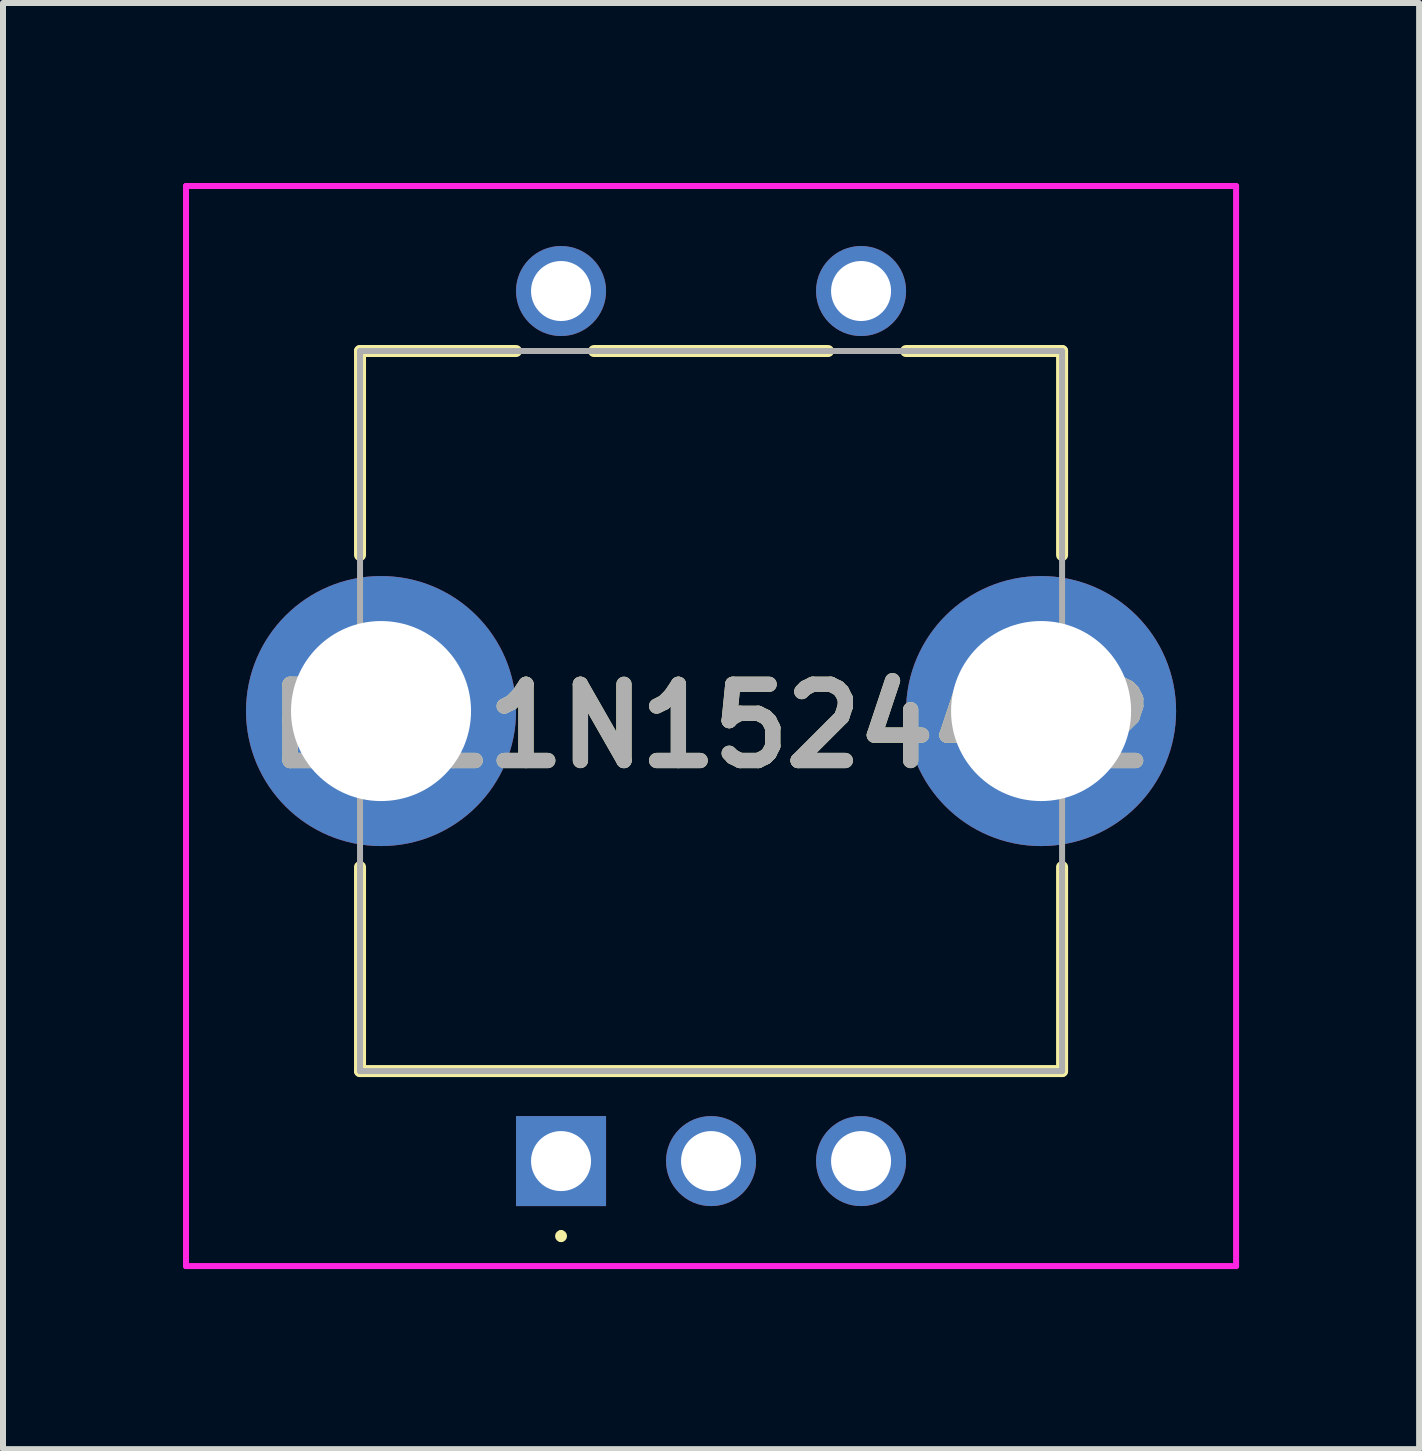
<source format=kicad_pcb>
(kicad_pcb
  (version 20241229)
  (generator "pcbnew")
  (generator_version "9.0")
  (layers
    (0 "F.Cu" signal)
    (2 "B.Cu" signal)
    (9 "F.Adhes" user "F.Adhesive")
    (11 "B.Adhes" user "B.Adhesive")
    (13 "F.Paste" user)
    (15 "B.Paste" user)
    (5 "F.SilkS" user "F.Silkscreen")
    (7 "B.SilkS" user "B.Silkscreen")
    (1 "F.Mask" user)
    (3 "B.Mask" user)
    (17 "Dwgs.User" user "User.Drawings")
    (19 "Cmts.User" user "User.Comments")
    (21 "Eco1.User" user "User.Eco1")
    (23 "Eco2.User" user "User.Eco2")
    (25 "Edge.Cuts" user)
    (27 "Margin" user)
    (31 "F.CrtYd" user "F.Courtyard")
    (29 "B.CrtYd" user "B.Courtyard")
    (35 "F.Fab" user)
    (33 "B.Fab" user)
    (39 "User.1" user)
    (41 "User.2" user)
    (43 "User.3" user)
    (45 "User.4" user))
  (footprint "EC11N1524402"
    (layer "F.Cu")
    (at 6.3 16.3)
    (property "Reference" "EC11N1524402" (at 2.5 -7.25 0) (layer "F.SilkS") (effects (font (size 1.27 1.27) (thickness 0.254))))
    (attr through_hole)
    (fp_line (start -3.35 -13.5) (end -0.75 -13.5) (stroke (width 0.2) (type solid)) (layer "F.SilkS"))
    (fp_line (start -3.35 -10.1) (end -3.35 -13.5) (stroke (width 0.2) (type solid)) (layer "F.SilkS"))
    (fp_line (start -3.35 -4.9) (end -3.35 -1.5) (stroke (width 0.2) (type solid)) (layer "F.SilkS"))
    (fp_line (start -3.35 -1.5) (end 8.35 -1.5) (stroke (width 0.2) (type solid)) (layer "F.SilkS"))
    (fp_line (start 0 1.2) (end 0 1.2) (stroke (width 0.1) (type solid)) (layer "F.SilkS"))
    (fp_line (start 0 1.3) (end 0 1.3) (stroke (width 0.1) (type solid)) (layer "F.SilkS"))
    (fp_line (start 0.55 -13.5) (end 4.45 -13.5) (stroke (width 0.2) (type solid)) (layer "F.SilkS"))
    (fp_line (start 8.35 -13.5) (end 5.75 -13.5) (stroke (width 0.2) (type solid)) (layer "F.SilkS"))
    (fp_line (start 8.35 -10.1) (end 8.35 -13.5) (stroke (width 0.2) (type solid)) (layer "F.SilkS"))
    (fp_line (start 8.35 -1.5) (end 8.35 -4.9) (stroke (width 0.2) (type solid)) (layer "F.SilkS"))
    (fp_arc (start 0 1.2) (mid 0.05 1.25) (end 0 1.3) (stroke (width 0.1) (type solid)) (layer "F.SilkS"))
    (fp_arc (start 0 1.3) (mid -0.05 1.25) (end 0 1.2) (stroke (width 0.1) (type solid)) (layer "F.SilkS"))
    (fp_line (start -6.25 -16.25) (end 11.25 -16.25) (stroke (width 0.1) (type solid)) (layer "F.CrtYd"))
    (fp_line (start -6.25 1.75) (end -6.25 -16.25) (stroke (width 0.1) (type solid)) (layer "F.CrtYd"))
    (fp_line (start 11.25 -16.25) (end 11.25 1.75) (stroke (width 0.1) (type solid)) (layer "F.CrtYd"))
    (fp_line (start 11.25 1.75) (end -6.25 1.75) (stroke (width 0.1) (type solid)) (layer "F.CrtYd"))
    (fp_line (start -3.35 -13.5) (end 8.35 -13.5) (stroke (width 0.1) (type solid)) (layer "F.Fab"))
    (fp_line (start -3.35 -1.5) (end -3.35 -13.5) (stroke (width 0.1) (type solid)) (layer "F.Fab"))
    (fp_line (start 8.35 -13.5) (end 8.35 -1.5) (stroke (width 0.1) (type solid)) (layer "F.Fab"))
    (fp_line (start 8.35 -1.5) (end -3.35 -1.5) (stroke (width 0.1) (type solid)) (layer "F.Fab"))
    (fp_text user "${REFERENCE}" (at 2.5 -7.25 0) (layer "F.Fab") (effects (font (size 1.27 1.27) (thickness 0.254))))
    (pad "A1" thru_hole rect (at 0 0) (size 1.5 1.5) (drill 1) (layers "*.Cu" "*.Mask"))
    (pad "B1" thru_hole circle (at 5 0) (size 1.5 1.5) (drill 1) (layers "*.Cu" "*.Mask"))
    (pad "C1" thru_hole circle (at 2.5 0) (size 1.5 1.5) (drill 1) (layers "*.Cu" "*.Mask"))
    (pad "D1" thru_hole circle (at 0 -14.5) (size 1.5 1.5) (drill 1) (layers "*.Cu" "*.Mask"))
    (pad "E1" thru_hole circle (at 5 -14.5) (size 1.5 1.5) (drill 1) (layers "*.Cu" "*.Mask"))
    (pad "MH1" thru_hole circle (at -3 -7.5) (size 4.5 4.5) (drill 3) (layers "*.Cu" "*.Mask"))
    (pad "MH2" thru_hole circle (at 8 -7.5) (size 4.5 4.5) (drill 3) (layers "*.Cu" "*.Mask")))
  (gr_rect
    (start -3 -3)
    (end 20.6 21.1)
    (stroke (width 0.1) (type default))
    (fill no)
    (layer "Edge.Cuts")))
</source>
